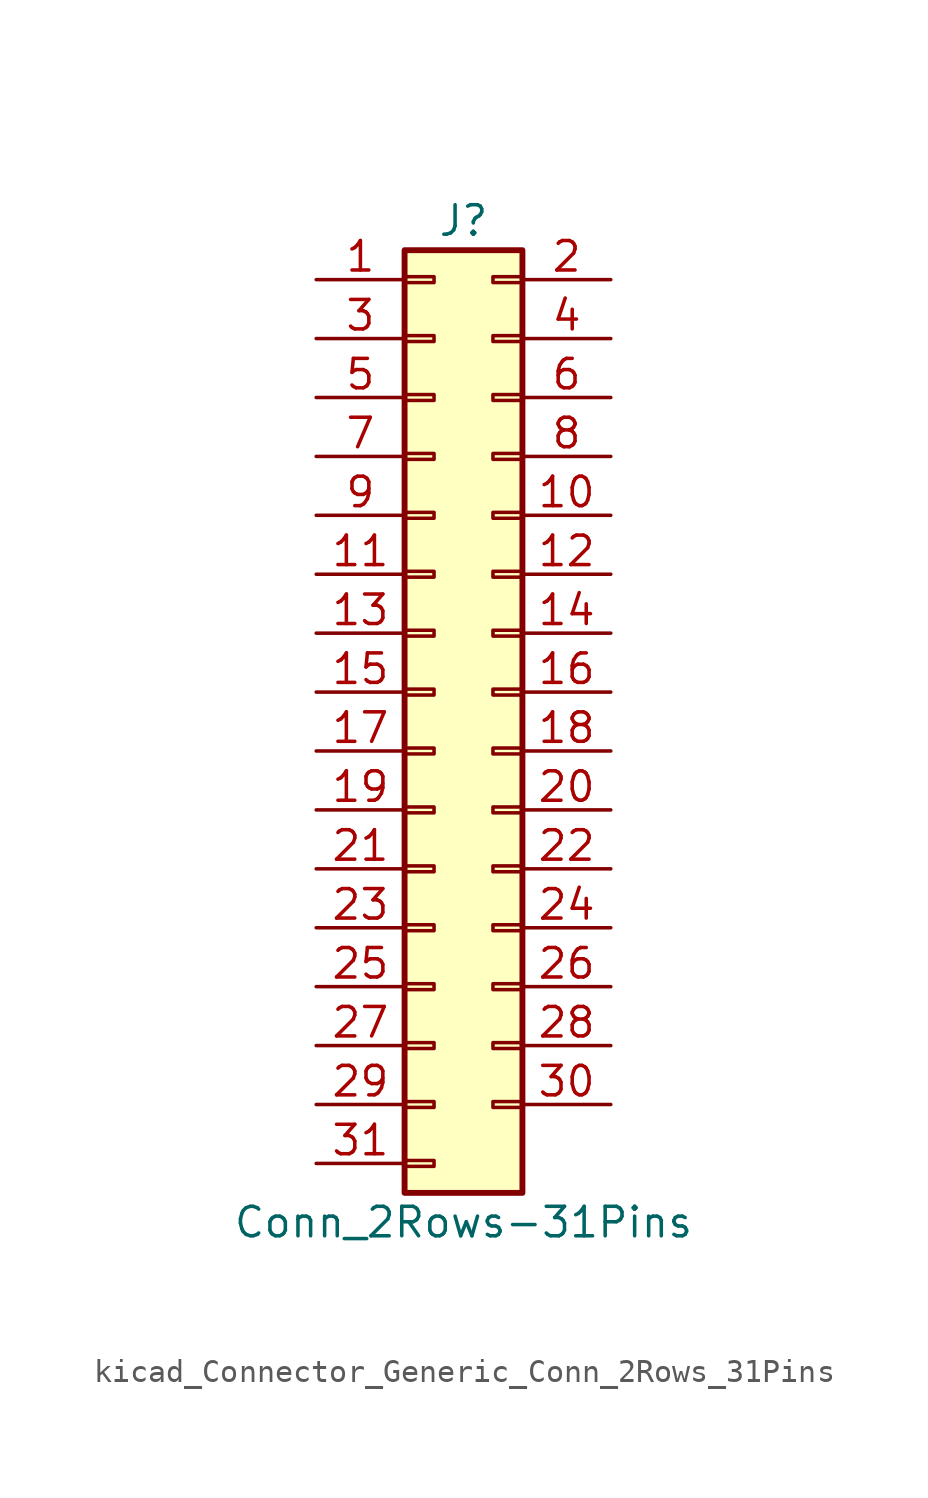
<source format=kicad_sym>
(kicad_symbol_lib
  (version 20220914)
  (generator kicad_symbol_editor)
  (symbol "kicad_Connector_Generic_Conn_2Rows_31Pins"
    (pin_names
      (offset 1.016) hide)
    (property "Reference" "J"
      (at 1.27 20.32 0)
      (effects (font (size 1.27 1.27))))
    (property "Value" "Conn_2Rows-31Pins"
      (at 1.27 -22.86 0)
      (effects (font (size 1.27 1.27))))
    (symbol "kicad_Connector_Generic_Conn_2Rows_31Pins_1_1"
      (rectangle (start -1.27 -20.193) (end 0 -20.447) (stroke (width 0.152) (type default)) (fill (type none)))
      (rectangle (start -1.27 -17.653) (end 0 -17.907) (stroke (width 0.152) (type default)) (fill (type none)))
      (rectangle (start -1.27 -15.113) (end 0 -15.367) (stroke (width 0.152) (type default)) (fill (type none)))
      (rectangle (start -1.27 -12.573) (end 0 -12.827) (stroke (width 0.152) (type default)) (fill (type none)))
      (rectangle (start -1.27 -10.033) (end 0 -10.287) (stroke (width 0.152) (type default)) (fill (type none)))
      (rectangle (start -1.27 -7.493) (end 0 -7.747) (stroke (width 0.152) (type default)) (fill (type none)))
      (rectangle (start -1.27 -4.953) (end 0 -5.207) (stroke (width 0.152) (type default)) (fill (type none)))
      (rectangle (start -1.27 -2.413) (end 0 -2.667) (stroke (width 0.152) (type default)) (fill (type none)))
      (rectangle (start -1.27 0.127) (end 0 -0.127) (stroke (width 0.152) (type default)) (fill (type none)))
      (rectangle (start -1.27 2.667) (end 0 2.413) (stroke (width 0.152) (type default)) (fill (type none)))
      (rectangle (start -1.27 5.207) (end 0 4.953) (stroke (width 0.152) (type default)) (fill (type none)))
      (rectangle (start -1.27 7.747) (end 0 7.493) (stroke (width 0.152) (type default)) (fill (type none)))
      (rectangle (start -1.27 10.287) (end 0 10.033) (stroke (width 0.152) (type default)) (fill (type none)))
      (rectangle (start -1.27 12.827) (end 0 12.573) (stroke (width 0.152) (type default)) (fill (type none)))
      (rectangle (start -1.27 15.367) (end 0 15.113) (stroke (width 0.152) (type default)) (fill (type none)))
      (rectangle (start -1.27 17.907) (end 0 17.653) (stroke (width 0.152) (type default)) (fill (type none)))
      (rectangle (start -1.27 19.05) (end 3.81 -21.59) (stroke (width 0.254) (type default)) (fill (type background)))
      (rectangle (start 3.81 -17.653) (end 2.54 -17.907) (stroke (width 0.152) (type default)) (fill (type none)))
      (rectangle (start 3.81 -15.113) (end 2.54 -15.367) (stroke (width 0.152) (type default)) (fill (type none)))
      (rectangle (start 3.81 -12.573) (end 2.54 -12.827) (stroke (width 0.152) (type default)) (fill (type none)))
      (rectangle (start 3.81 -10.033) (end 2.54 -10.287) (stroke (width 0.152) (type default)) (fill (type none)))
      (rectangle (start 3.81 -7.493) (end 2.54 -7.747) (stroke (width 0.152) (type default)) (fill (type none)))
      (rectangle (start 3.81 -4.953) (end 2.54 -5.207) (stroke (width 0.152) (type default)) (fill (type none)))
      (rectangle (start 3.81 -2.413) (end 2.54 -2.667) (stroke (width 0.152) (type default)) (fill (type none)))
      (rectangle (start 3.81 0.127) (end 2.54 -0.127) (stroke (width 0.152) (type default)) (fill (type none)))
      (rectangle (start 3.81 2.667) (end 2.54 2.413) (stroke (width 0.152) (type default)) (fill (type none)))
      (rectangle (start 3.81 5.207) (end 2.54 4.953) (stroke (width 0.152) (type default)) (fill (type none)))
      (rectangle (start 3.81 7.747) (end 2.54 7.493) (stroke (width 0.152) (type default)) (fill (type none)))
      (rectangle (start 3.81 10.287) (end 2.54 10.033) (stroke (width 0.152) (type default)) (fill (type none)))
      (rectangle (start 3.81 12.827) (end 2.54 12.573) (stroke (width 0.152) (type default)) (fill (type none)))
      (rectangle (start 3.81 15.367) (end 2.54 15.113) (stroke (width 0.152) (type default)) (fill (type none)))
      (rectangle (start 3.81 17.907) (end 2.54 17.653) (stroke (width 0.152) (type default)) (fill (type none)))
      (pin passive line (at -5.08 17.78 0) (length 3.81) (name "Pin_1" (effects (font (size 1.27 1.27)))) (number "1" (effects (font (size 1.27 1.27)))))
      (pin passive line (at 7.62 7.62 180) (length 3.81) (name "Pin_10" (effects (font (size 1.27 1.27)))) (number "10" (effects (font (size 1.27 1.27)))))
      (pin passive line (at -5.08 5.08 0) (length 3.81) (name "Pin_11" (effects (font (size 1.27 1.27)))) (number "11" (effects (font (size 1.27 1.27)))))
      (pin passive line (at 7.62 5.08 180) (length 3.81) (name "Pin_12" (effects (font (size 1.27 1.27)))) (number "12" (effects (font (size 1.27 1.27)))))
      (pin passive line (at -5.08 2.54 0) (length 3.81) (name "Pin_13" (effects (font (size 1.27 1.27)))) (number "13" (effects (font (size 1.27 1.27)))))
      (pin passive line (at 7.62 2.54 180) (length 3.81) (name "Pin_14" (effects (font (size 1.27 1.27)))) (number "14" (effects (font (size 1.27 1.27)))))
      (pin passive line (at -5.08 0 0) (length 3.81) (name "Pin_15" (effects (font (size 1.27 1.27)))) (number "15" (effects (font (size 1.27 1.27)))))
      (pin passive line (at 7.62 0 180) (length 3.81) (name "Pin_16" (effects (font (size 1.27 1.27)))) (number "16" (effects (font (size 1.27 1.27)))))
      (pin passive line (at -5.08 -2.54 0) (length 3.81) (name "Pin_17" (effects (font (size 1.27 1.27)))) (number "17" (effects (font (size 1.27 1.27)))))
      (pin passive line (at 7.62 -2.54 180) (length 3.81) (name "Pin_18" (effects (font (size 1.27 1.27)))) (number "18" (effects (font (size 1.27 1.27)))))
      (pin passive line (at -5.08 -5.08 0) (length 3.81) (name "Pin_19" (effects (font (size 1.27 1.27)))) (number "19" (effects (font (size 1.27 1.27)))))
      (pin passive line (at 7.62 17.78 180) (length 3.81) (name "Pin_2" (effects (font (size 1.27 1.27)))) (number "2" (effects (font (size 1.27 1.27)))))
      (pin passive line (at 7.62 -5.08 180) (length 3.81) (name "Pin_20" (effects (font (size 1.27 1.27)))) (number "20" (effects (font (size 1.27 1.27)))))
      (pin passive line (at -5.08 -7.62 0) (length 3.81) (name "Pin_21" (effects (font (size 1.27 1.27)))) (number "21" (effects (font (size 1.27 1.27)))))
      (pin passive line (at 7.62 -7.62 180) (length 3.81) (name "Pin_22" (effects (font (size 1.27 1.27)))) (number "22" (effects (font (size 1.27 1.27)))))
      (pin passive line (at -5.08 -10.16 0) (length 3.81) (name "Pin_23" (effects (font (size 1.27 1.27)))) (number "23" (effects (font (size 1.27 1.27)))))
      (pin passive line (at 7.62 -10.16 180) (length 3.81) (name "Pin_24" (effects (font (size 1.27 1.27)))) (number "24" (effects (font (size 1.27 1.27)))))
      (pin passive line (at -5.08 -12.7 0) (length 3.81) (name "Pin_25" (effects (font (size 1.27 1.27)))) (number "25" (effects (font (size 1.27 1.27)))))
      (pin passive line (at 7.62 -12.7 180) (length 3.81) (name "Pin_26" (effects (font (size 1.27 1.27)))) (number "26" (effects (font (size 1.27 1.27)))))
      (pin passive line (at -5.08 -15.24 0) (length 3.81) (name "Pin_27" (effects (font (size 1.27 1.27)))) (number "27" (effects (font (size 1.27 1.27)))))
      (pin passive line (at 7.62 -15.24 180) (length 3.81) (name "Pin_28" (effects (font (size 1.27 1.27)))) (number "28" (effects (font (size 1.27 1.27)))))
      (pin passive line (at -5.08 -17.78 0) (length 3.81) (name "Pin_29" (effects (font (size 1.27 1.27)))) (number "29" (effects (font (size 1.27 1.27)))))
      (pin passive line (at -5.08 15.24 0) (length 3.81) (name "Pin_3" (effects (font (size 1.27 1.27)))) (number "3" (effects (font (size 1.27 1.27)))))
      (pin passive line (at 7.62 -17.78 180) (length 3.81) (name "Pin_30" (effects (font (size 1.27 1.27)))) (number "30" (effects (font (size 1.27 1.27)))))
      (pin passive line (at -5.08 -20.32 0) (length 3.81) (name "Pin_31" (effects (font (size 1.27 1.27)))) (number "31" (effects (font (size 1.27 1.27)))))
      (pin passive line (at 7.62 15.24 180) (length 3.81) (name "Pin_4" (effects (font (size 1.27 1.27)))) (number "4" (effects (font (size 1.27 1.27)))))
      (pin passive line (at -5.08 12.7 0) (length 3.81) (name "Pin_5" (effects (font (size 1.27 1.27)))) (number "5" (effects (font (size 1.27 1.27)))))
      (pin passive line (at 7.62 12.7 180) (length 3.81) (name "Pin_6" (effects (font (size 1.27 1.27)))) (number "6" (effects (font (size 1.27 1.27)))))
      (pin passive line (at -5.08 10.16 0) (length 3.81) (name "Pin_7" (effects (font (size 1.27 1.27)))) (number "7" (effects (font (size 1.27 1.27)))))
      (pin passive line (at 7.62 10.16 180) (length 3.81) (name "Pin_8" (effects (font (size 1.27 1.27)))) (number "8" (effects (font (size 1.27 1.27)))))
      (pin passive line (at -5.08 7.62 0) (length 3.81) (name "Pin_9" (effects (font (size 1.27 1.27)))) (number "9" (effects (font (size 1.27 1.27))))))))
</source>
